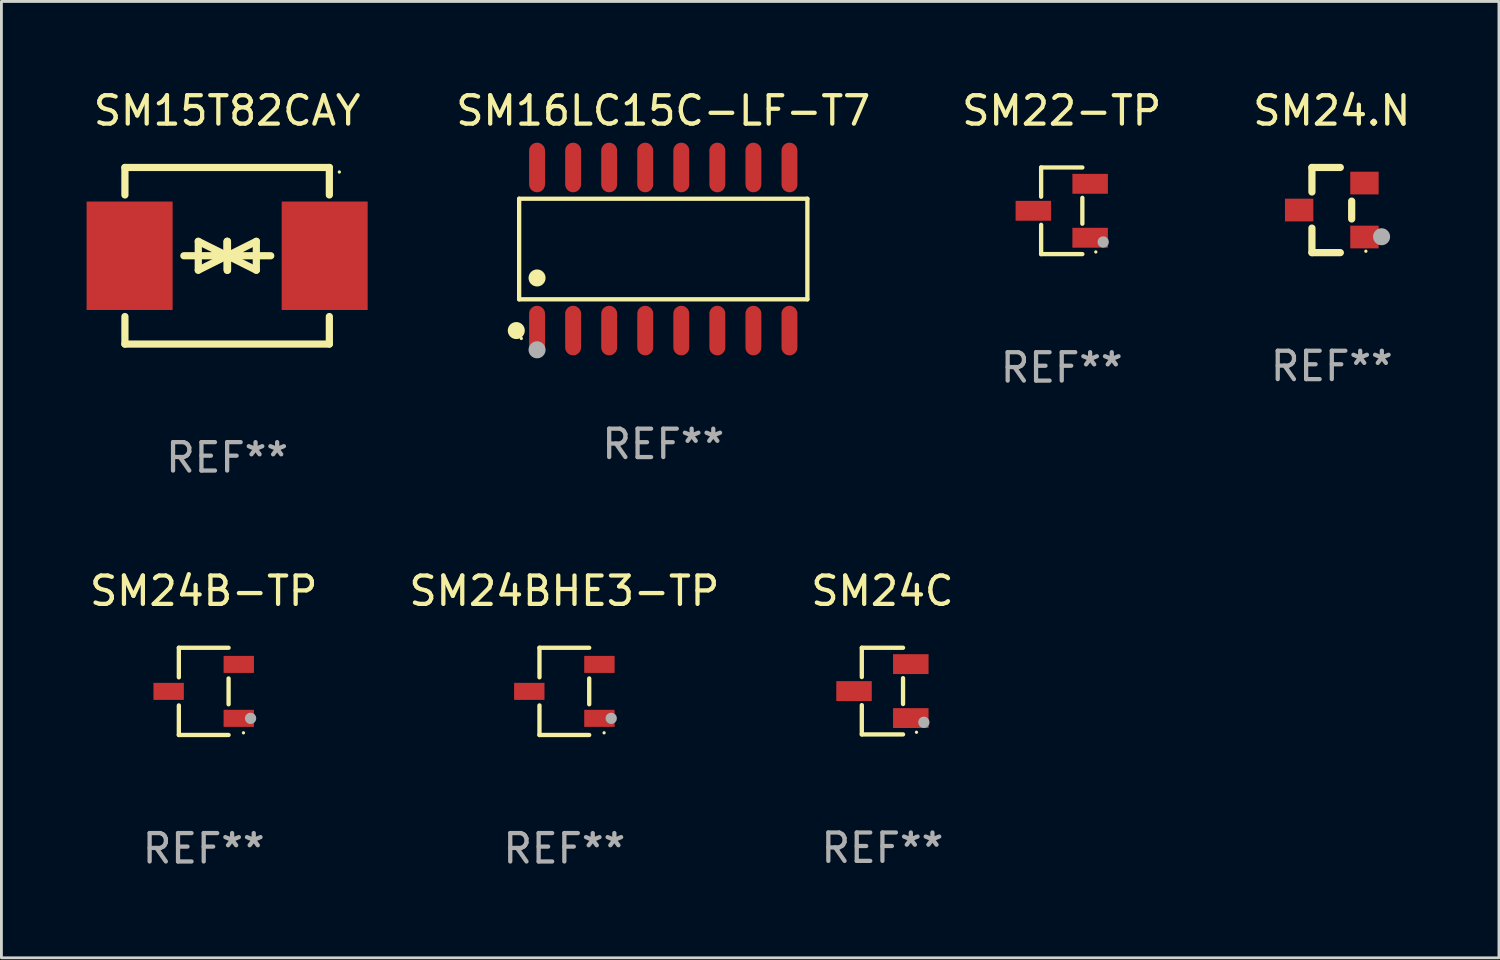
<source format=kicad_pcb>
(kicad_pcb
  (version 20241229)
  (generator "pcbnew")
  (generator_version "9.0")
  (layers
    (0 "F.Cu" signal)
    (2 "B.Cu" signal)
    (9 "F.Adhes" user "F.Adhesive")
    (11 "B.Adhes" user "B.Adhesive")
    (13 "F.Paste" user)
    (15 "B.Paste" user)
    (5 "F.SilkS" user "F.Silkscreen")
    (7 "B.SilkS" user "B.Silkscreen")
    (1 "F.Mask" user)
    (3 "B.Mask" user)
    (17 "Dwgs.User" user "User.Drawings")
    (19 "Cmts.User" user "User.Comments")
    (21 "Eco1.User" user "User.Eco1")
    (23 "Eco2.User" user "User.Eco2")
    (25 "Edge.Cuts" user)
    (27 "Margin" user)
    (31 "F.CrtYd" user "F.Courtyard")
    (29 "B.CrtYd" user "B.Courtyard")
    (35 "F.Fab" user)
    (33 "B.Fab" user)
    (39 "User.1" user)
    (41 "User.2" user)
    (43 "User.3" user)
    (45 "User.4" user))
  (footprint "SM24.N"
    (layer "F.Cu")
    (at 43.858 4.348)
    (property "Reference" "SM24.N" (at 0 -3.5 0) (layer "F.SilkS") (effects (font (size 1 1) (thickness 0.15))))
    (attr through_hole)
    (fp_line (start -0.7 -1.5) (end 0.3 -1.5) (stroke (width 0.254) (type solid)) (layer "F.SilkS"))
    (fp_line (start -0.7 -0.636) (end -0.7 -1.5) (stroke (width 0.254) (type solid)) (layer "F.SilkS"))
    (fp_line (start -0.7 1.5) (end -0.7 0.636) (stroke (width 0.254) (type solid)) (layer "F.SilkS"))
    (fp_line (start -0.7 1.5) (end 0.3 1.5) (stroke (width 0.254) (type solid)) (layer "F.SilkS"))
    (fp_line (start 0.7 0.314) (end 0.7 -0.314) (stroke (width 0.254) (type solid)) (layer "F.SilkS"))
    (fp_circle (center 1.2 1.45) (end 1.23 1.45) (stroke (width 0.06) (type solid)) (fill no) (layer "F.SilkS"))
    (fp_circle (center 1.753 0.94) (end 1.903 0.94) (stroke (width 0.3) (type solid)) (fill no) (layer "F.Fab"))
    (fp_text user "REF**" (at 0 5.5 0) (layer "F.Fab") (effects (font (size 1 1) (thickness 0.15))))
    (pad "1" smd rect (at 1.15 0.95 180) (size 1 0.8) (layers "F.Cu" "F.Mask" "F.Paste"))
    (pad "2" smd rect (at 1.15 -0.95 180) (size 1 0.8) (layers "F.Cu" "F.Mask" "F.Paste"))
    (pad "3" smd rect (at -1.15 -0.000051 180) (size 1 0.8) (layers "F.Cu" "F.Mask" "F.Paste")))
  (footprint "SM24BHE3-TP"
    (layer "F.Cu")
    (at 16.827 21.301)
    (property "Reference" "SM24BHE3-TP" (at 0 -3.536 0) (layer "F.SilkS") (effects (font (size 1 1) (thickness 0.15))))
    (attr through_hole)
    (fp_line (start -0.876 -1.536) (end -0.876 -0.495) (stroke (width 0.152) (type solid)) (layer "F.SilkS"))
    (fp_line (start -0.876 1.536) (end -0.876 0.495) (stroke (width 0.152) (type solid)) (layer "F.SilkS"))
    (fp_line (start 0.876 -1.536) (end -0.876 -1.536) (stroke (width 0.152) (type solid)) (layer "F.SilkS"))
    (fp_line (start 0.876 -0.455) (end 0.876 0.455) (stroke (width 0.152) (type solid)) (layer "F.SilkS"))
    (fp_line (start 0.876 1.536) (end -0.876 1.536) (stroke (width 0.152) (type solid)) (layer "F.SilkS"))
    (fp_circle (center 1.4 1.46) (end 1.43 1.46) (stroke (width 0.06) (type solid)) (fill no) (layer "F.SilkS"))
    (fp_circle (center 1.651 0.95) (end 1.751 0.95) (stroke (width 0.2) (type solid)) (fill no) (layer "F.Fab"))
    (fp_text user "REF**" (at 0 5.536 0) (layer "F.Fab") (effects (font (size 1 1) (thickness 0.15))))
    (pad "1" smd rect (at 1.235 0.95) (size 1.07 0.6) (layers "F.Cu" "F.Mask" "F.Paste"))
    (pad "2" smd rect (at 1.235 -0.95) (size 1.07 0.6) (layers "F.Cu" "F.Mask" "F.Paste"))
    (pad "3" smd rect (at -1.235 0) (size 1.07 0.6) (layers "F.Cu" "F.Mask" "F.Paste")))
  (footprint "SM16LC15C-LF-T7"
    (layer "F.Cu")
    (at 20.311 5.721)
    (property "Reference" "SM16LC15C-LF-T7" (at 0 -4.872 0) (layer "F.SilkS") (effects (font (size 1 1) (thickness 0.15))))
    (attr through_hole)
    (fp_line (start -5.076 -1.771) (end 5.076 -1.771) (stroke (width 0.152) (type solid)) (layer "F.SilkS"))
    (fp_line (start -5.076 1.771) (end -5.076 -1.771) (stroke (width 0.152) (type solid)) (layer "F.SilkS"))
    (fp_line (start 5.076 -1.771) (end 5.076 1.771) (stroke (width 0.152) (type solid)) (layer "F.SilkS"))
    (fp_line (start 5.076 1.771) (end -5.076 1.771) (stroke (width 0.152) (type solid)) (layer "F.SilkS"))
    (fp_circle (center -5.177 2.872) (end -5.027 2.872) (stroke (width 0.3) (type solid)) (fill no) (layer "F.SilkS"))
    (fp_circle (center -5 3.15) (end -4.97 3.15) (stroke (width 0.06) (type solid)) (fill no) (layer "F.SilkS"))
    (fp_circle (center -4.445 1.019) (end -4.295 1.019) (stroke (width 0.3) (type solid)) (fill no) (layer "F.SilkS"))
    (fp_circle (center -4.445 3.55) (end -4.295 3.55) (stroke (width 0.3) (type solid)) (fill no) (layer "F.Fab"))
    (fp_text user "REF**" (at 0 6.872 0) (layer "F.Fab") (effects (font (size 1 1) (thickness 0.15))))
    (pad "1" smd oval (at -4.445 2.872) (size 0.56 1.745) (layers "F.Cu" "F.Mask" "F.Paste"))
    (pad "2" smd oval (at -3.175 2.872) (size 0.56 1.745) (layers "F.Cu" "F.Mask" "F.Paste"))
    (pad "3" smd oval (at -1.905 2.872) (size 0.56 1.745) (layers "F.Cu" "F.Mask" "F.Paste"))
    (pad "4" smd oval (at -0.635 2.872) (size 0.56 1.745) (layers "F.Cu" "F.Mask" "F.Paste"))
    (pad "5" smd oval (at 0.635 2.872) (size 0.56 1.745) (layers "F.Cu" "F.Mask" "F.Paste"))
    (pad "6" smd oval (at 1.905 2.872) (size 0.56 1.745) (layers "F.Cu" "F.Mask" "F.Paste"))
    (pad "7" smd oval (at 3.175 2.872) (size 0.56 1.745) (layers "F.Cu" "F.Mask" "F.Paste"))
    (pad "8" smd oval (at 4.445 2.872) (size 0.56 1.745) (layers "F.Cu" "F.Mask" "F.Paste"))
    (pad "9" smd oval (at 4.445 -2.872) (size 0.56 1.745) (layers "F.Cu" "F.Mask" "F.Paste"))
    (pad "10" smd oval (at 3.175 -2.872) (size 0.56 1.745) (layers "F.Cu" "F.Mask" "F.Paste"))
    (pad "11" smd oval (at 1.905 -2.872) (size 0.56 1.745) (layers "F.Cu" "F.Mask" "F.Paste"))
    (pad "12" smd oval (at 0.635 -2.872) (size 0.56 1.745) (layers "F.Cu" "F.Mask" "F.Paste"))
    (pad "13" smd oval (at -0.635 -2.872) (size 0.56 1.745) (layers "F.Cu" "F.Mask" "F.Paste"))
    (pad "14" smd oval (at -1.905 -2.872) (size 0.56 1.745) (layers "F.Cu" "F.Mask" "F.Paste"))
    (pad "15" smd oval (at -3.175 -2.872) (size 0.56 1.745) (layers "F.Cu" "F.Mask" "F.Paste"))
    (pad "16" smd oval (at -4.445 -2.872) (size 0.56 1.745) (layers "F.Cu" "F.Mask" "F.Paste")))
  (footprint "SM24C"
    (layer "F.Cu")
    (at 28.03 21.291)
    (property "Reference" "SM24C" (at 0 -3.526 0) (layer "F.SilkS") (effects (font (size 1 1) (thickness 0.15))))
    (attr through_hole)
    (fp_line (start -0.726 -1.526) (end -0.726 -0.495) (stroke (width 0.152) (type solid)) (layer "F.SilkS"))
    (fp_line (start -0.726 1.526) (end -0.726 0.495) (stroke (width 0.152) (type solid)) (layer "F.SilkS"))
    (fp_line (start 0.726 -1.526) (end -0.726 -1.526) (stroke (width 0.152) (type solid)) (layer "F.SilkS"))
    (fp_line (start 0.726 -0.455) (end 0.726 0.455) (stroke (width 0.152) (type solid)) (layer "F.SilkS"))
    (fp_line (start 0.726 1.526) (end -0.726 1.526) (stroke (width 0.152) (type solid)) (layer "F.SilkS"))
    (fp_circle (center 1.2 1.45) (end 1.23 1.45) (stroke (width 0.06) (type solid)) (fill no) (layer "F.SilkS"))
    (fp_circle (center 1.46 1.1) (end 1.56 1.1) (stroke (width 0.2) (type solid)) (fill no) (layer "F.Fab"))
    (fp_text user "REF**" (at 0 5.526 0) (layer "F.Fab") (effects (font (size 1 1) (thickness 0.15))))
    (pad "1" smd rect (at 1 0.95) (size 1.25 0.7) (layers "F.Cu" "F.Mask" "F.Paste"))
    (pad "2" smd rect (at 1 -0.95) (size 1.25 0.7) (layers "F.Cu" "F.Mask" "F.Paste"))
    (pad "3" smd rect (at -1 0) (size 1.25 0.7) (layers "F.Cu" "F.Mask" "F.Paste")))
  (footprint "SM15T82CAY"
    (layer "F.Cu")
    (at 4.95 5.958)
    (property "Reference" "SM15T82CAY" (at 0 -5.11 0) (layer "F.SilkS") (effects (font (size 1 1) (thickness 0.15))))
    (attr through_hole)
    (fp_line (start -3.6 -2.141) (end -3.6 -3.11) (stroke (width 0.254) (type solid)) (layer "F.SilkS"))
    (fp_line (start -3.6 3.11) (end -3.6 2.141) (stroke (width 0.254) (type solid)) (layer "F.SilkS"))
    (fp_line (start -1.524 0) (end 0.508 0) (stroke (width 0.254) (type solid)) (layer "F.SilkS"))
    (fp_line (start -1.016 -0.508) (end -1.016 0.508) (stroke (width 0.254) (type solid)) (layer "F.SilkS"))
    (fp_line (start -1.016 0.508) (end 0 0) (stroke (width 0.254) (type solid)) (layer "F.SilkS"))
    (fp_line (start 0 -0.508) (end 0 0.508) (stroke (width 0.254) (type solid)) (layer "F.SilkS"))
    (fp_line (start 0 0) (end -1.016 -0.508) (stroke (width 0.254) (type solid)) (layer "F.SilkS"))
    (fp_line (start 0 0) (end 0 -0.508) (stroke (width 0.254) (type solid)) (layer "F.SilkS"))
    (fp_line (start 0.012 0) (end 0.012 0.508) (stroke (width 0.254) (type solid)) (layer "F.SilkS"))
    (fp_line (start 0.012 0) (end 1.028 0.508) (stroke (width 0.254) (type solid)) (layer "F.SilkS"))
    (fp_line (start 0.012 0.508) (end 0.012 -0.508) (stroke (width 0.254) (type solid)) (layer "F.SilkS"))
    (fp_line (start 1.028 -0.508) (end 0.012 0) (stroke (width 0.254) (type solid)) (layer "F.SilkS"))
    (fp_line (start 1.028 0.508) (end 1.028 -0.508) (stroke (width 0.254) (type solid)) (layer "F.SilkS"))
    (fp_line (start 1.536 0) (end -0.496 0) (stroke (width 0.254) (type solid)) (layer "F.SilkS"))
    (fp_line (start 3.6 -3.11) (end -3.6 -3.11) (stroke (width 0.254) (type solid)) (layer "F.SilkS"))
    (fp_line (start 3.6 -2.141) (end 3.6 -3.11) (stroke (width 0.254) (type solid)) (layer "F.SilkS"))
    (fp_line (start 3.6 3.11) (end -3.6 3.11) (stroke (width 0.254) (type solid)) (layer "F.SilkS"))
    (fp_line (start 3.6 3.11) (end 3.6 2.141) (stroke (width 0.254) (type solid)) (layer "F.SilkS"))
    (fp_circle (center 3.952 -2.95) (end 3.982 -2.95) (stroke (width 0.06) (type solid)) (fill no) (layer "F.SilkS"))
    (fp_text user "REF**" (at 0 7.11 0) (layer "F.Fab") (effects (font (size 1 1) (thickness 0.15))))
    (pad "1" smd rect (at 3.435 0) (size 3.03 3.82) (layers "F.Cu" "F.Mask" "F.Paste"))
    (pad "2" smd rect (at -3.435 0) (size 3.03 3.82) (layers "F.Cu" "F.Mask" "F.Paste")))
  (footprint "SM24B-TP"
    (layer "F.Cu")
    (at 4.125 21.301)
    (property "Reference" "SM24B-TP" (at 0 -3.536 0) (layer "F.SilkS") (effects (font (size 1 1) (thickness 0.15))))
    (attr through_hole)
    (fp_line (start -0.876 -1.536) (end -0.876 -0.495) (stroke (width 0.152) (type solid)) (layer "F.SilkS"))
    (fp_line (start -0.876 1.536) (end -0.876 0.495) (stroke (width 0.152) (type solid)) (layer "F.SilkS"))
    (fp_line (start 0.876 -1.536) (end -0.876 -1.536) (stroke (width 0.152) (type solid)) (layer "F.SilkS"))
    (fp_line (start 0.876 -0.455) (end 0.876 0.455) (stroke (width 0.152) (type solid)) (layer "F.SilkS"))
    (fp_line (start 0.876 1.536) (end -0.876 1.536) (stroke (width 0.152) (type solid)) (layer "F.SilkS"))
    (fp_circle (center 1.4 1.46) (end 1.43 1.46) (stroke (width 0.06) (type solid)) (fill no) (layer "F.SilkS"))
    (fp_circle (center 1.651 0.95) (end 1.751 0.95) (stroke (width 0.2) (type solid)) (fill no) (layer "F.Fab"))
    (fp_text user "REF**" (at 0 5.536 0) (layer "F.Fab") (effects (font (size 1 1) (thickness 0.15))))
    (pad "1" smd rect (at 1.235 0.95) (size 1.07 0.6) (layers "F.Cu" "F.Mask" "F.Paste"))
    (pad "2" smd rect (at 1.235 -0.95) (size 1.07 0.6) (layers "F.Cu" "F.Mask" "F.Paste"))
    (pad "3" smd rect (at -1.235 0) (size 1.07 0.6) (layers "F.Cu" "F.Mask" "F.Paste")))
  (footprint "SM22-TP"
    (layer "F.Cu")
    (at 34.346 4.374)
    (property "Reference" "SM22-TP" (at 0 -3.526 0) (layer "F.SilkS") (effects (font (size 1 1) (thickness 0.15))))
    (attr through_hole)
    (fp_line (start -0.726 -1.526) (end -0.726 -0.495) (stroke (width 0.152) (type solid)) (layer "F.SilkS"))
    (fp_line (start -0.726 1.526) (end -0.726 0.495) (stroke (width 0.152) (type solid)) (layer "F.SilkS"))
    (fp_line (start 0.726 -1.526) (end -0.726 -1.526) (stroke (width 0.152) (type solid)) (layer "F.SilkS"))
    (fp_line (start 0.726 -0.455) (end 0.726 0.455) (stroke (width 0.152) (type solid)) (layer "F.SilkS"))
    (fp_line (start 0.726 1.526) (end -0.726 1.526) (stroke (width 0.152) (type solid)) (layer "F.SilkS"))
    (fp_circle (center 1.2 1.45) (end 1.23 1.45) (stroke (width 0.06) (type solid)) (fill no) (layer "F.SilkS"))
    (fp_circle (center 1.46 1.1) (end 1.56 1.1) (stroke (width 0.2) (type solid)) (fill no) (layer "F.Fab"))
    (fp_text user "REF**" (at 0 5.526 0) (layer "F.Fab") (effects (font (size 1 1) (thickness 0.15))))
    (pad "1" smd rect (at 1 0.95) (size 1.25 0.7) (layers "F.Cu" "F.Mask" "F.Paste"))
    (pad "2" smd rect (at 1 -0.95) (size 1.25 0.7) (layers "F.Cu" "F.Mask" "F.Paste"))
    (pad "3" smd rect (at -1 0) (size 1.25 0.7) (layers "F.Cu" "F.Mask" "F.Paste")))
  (gr_rect
    (start -3 -3)
    (end 49.745 30.685)
    (stroke (width 0.1) (type default))
    (fill no)
    (layer "Edge.Cuts")))
</source>
